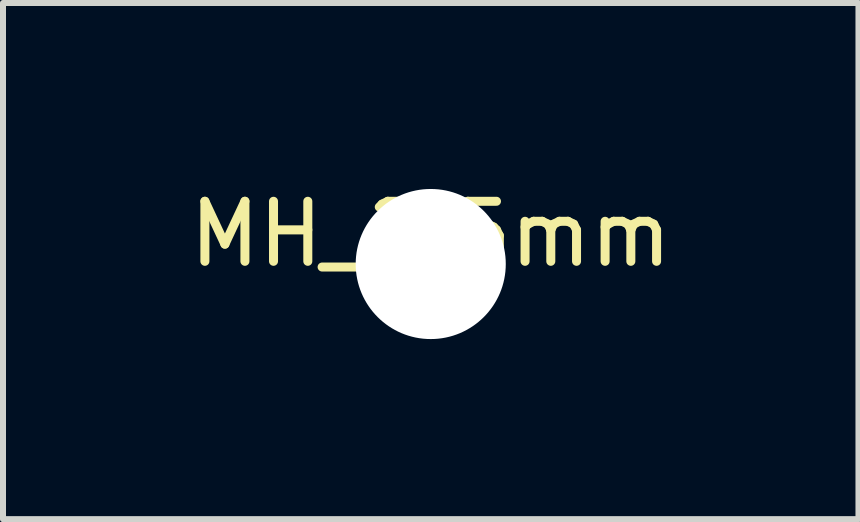
<source format=kicad_pcb>
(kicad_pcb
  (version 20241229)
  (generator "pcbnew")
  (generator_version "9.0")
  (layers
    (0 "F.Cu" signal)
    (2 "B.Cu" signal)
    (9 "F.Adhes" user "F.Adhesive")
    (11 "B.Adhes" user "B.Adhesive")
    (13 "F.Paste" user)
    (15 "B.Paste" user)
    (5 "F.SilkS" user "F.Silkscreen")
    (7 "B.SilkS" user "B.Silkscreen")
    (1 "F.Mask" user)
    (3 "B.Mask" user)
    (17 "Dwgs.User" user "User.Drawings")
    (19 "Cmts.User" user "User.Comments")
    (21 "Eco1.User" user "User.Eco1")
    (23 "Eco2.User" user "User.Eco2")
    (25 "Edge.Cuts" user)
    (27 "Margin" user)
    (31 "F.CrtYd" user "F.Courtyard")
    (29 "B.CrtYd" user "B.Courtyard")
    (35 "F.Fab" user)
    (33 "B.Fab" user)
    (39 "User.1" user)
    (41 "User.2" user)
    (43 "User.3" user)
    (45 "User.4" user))
  (footprint "MH_2.5mm"
    (layer "F.Cu")
    (at 4.125 1.348)
    (property "Reference" "MH_2.5mm" (at 0 -0.5 0) (unlocked yes) (layer "F.SilkS") (effects (font (size 1 1) (thickness 0.15))))
    (attr through_hole)
    (pad "" np_thru_hole circle (at 0 0) (size 2.5 2.5) (drill 2.5) (layers "*.Cu" "*.Mask")))
  (gr_rect
    (start -3 -3)
    (end 11.25 5.598)
    (stroke (width 0.1) (type default))
    (fill no)
    (layer "Edge.Cuts")))
</source>
